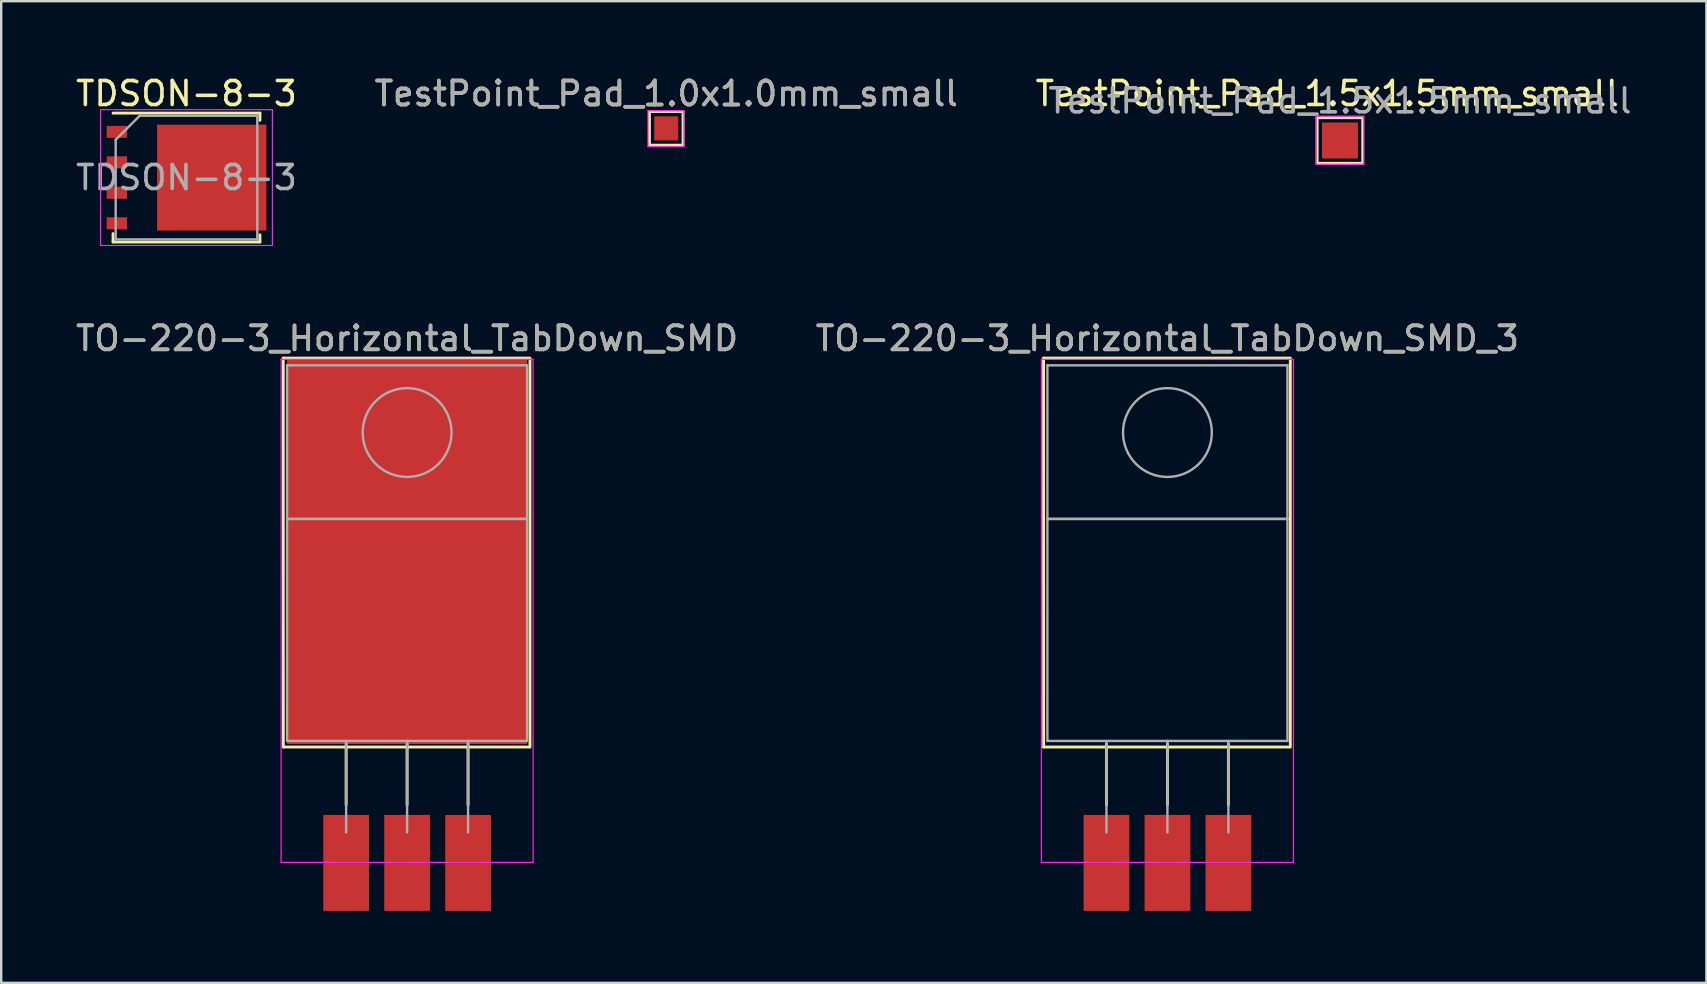
<source format=kicad_pcb>
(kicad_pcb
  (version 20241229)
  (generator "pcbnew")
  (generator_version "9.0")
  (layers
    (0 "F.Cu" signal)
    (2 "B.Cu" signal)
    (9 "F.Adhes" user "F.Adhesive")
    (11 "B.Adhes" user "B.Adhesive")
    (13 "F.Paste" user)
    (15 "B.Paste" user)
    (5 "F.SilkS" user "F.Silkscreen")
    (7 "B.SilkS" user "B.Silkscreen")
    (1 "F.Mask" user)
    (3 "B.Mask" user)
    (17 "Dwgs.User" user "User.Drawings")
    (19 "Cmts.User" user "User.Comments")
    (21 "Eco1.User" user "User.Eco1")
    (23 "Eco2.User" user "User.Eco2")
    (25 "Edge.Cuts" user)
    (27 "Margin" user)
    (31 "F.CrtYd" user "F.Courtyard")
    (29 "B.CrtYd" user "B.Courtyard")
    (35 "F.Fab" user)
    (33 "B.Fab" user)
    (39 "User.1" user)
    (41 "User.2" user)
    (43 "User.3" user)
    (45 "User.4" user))
  (footprint "TO-220-3_Horizontal_TabDown_SMD_3"
    (layer "F.Cu")
    (at 43.049 31.631)
    (property "Reference" "TO-220-3_Horizontal_TabDown_SMD_3" (at 2.54 -20.58 0) (layer "F.SilkS") (effects (font (size 1 1) (thickness 0.15))))
    (attr through_hole)
    (fp_line (start -2.62 -19.761) (end -2.616 -3.556) (stroke (width 0.12) (type solid)) (layer "F.SilkS"))
    (fp_line (start -2.62 -19.761) (end 7.62 -19.761) (stroke (width 0.12) (type solid)) (layer "F.SilkS"))
    (fp_line (start -2.616 -3.556) (end 7.624 -3.556) (stroke (width 0.12) (type solid)) (layer "F.SilkS"))
    (fp_line (start 0 -3.69) (end 0 -1.15) (stroke (width 0.12) (type solid)) (layer "F.SilkS"))
    (fp_line (start 2.54 -3.69) (end 2.54 -1.15) (stroke (width 0.12) (type solid)) (layer "F.SilkS"))
    (fp_line (start 5.08 -3.69) (end 5.08 -1.15) (stroke (width 0.12) (type solid)) (layer "F.SilkS"))
    (fp_line (start 7.66 -19.761) (end 7.66 -3.556) (stroke (width 0.12) (type solid)) (layer "F.SilkS"))
    (fp_line (start -2.71 -19.71) (end -2.71 1.25) (stroke (width 0.05) (type solid)) (layer "F.CrtYd"))
    (fp_line (start -2.71 1.25) (end 7.79 1.25) (stroke (width 0.05) (type solid)) (layer "F.CrtYd"))
    (fp_line (start 7.79 -19.71) (end -2.71 -19.71) (stroke (width 0.05) (type solid)) (layer "F.CrtYd"))
    (fp_line (start 7.79 1.25) (end 7.79 -19.71) (stroke (width 0.05) (type solid)) (layer "F.CrtYd"))
    (fp_line (start -2.46 -19.46) (end 7.54 -19.46) (stroke (width 0.1) (type solid)) (layer "F.Fab"))
    (fp_line (start -2.46 -13.06) (end -2.46 -19.46) (stroke (width 0.1) (type solid)) (layer "F.Fab"))
    (fp_line (start -2.46 -13.06) (end 7.54 -13.06) (stroke (width 0.1) (type solid)) (layer "F.Fab"))
    (fp_line (start -2.46 -3.81) (end -2.46 -13.06) (stroke (width 0.1) (type solid)) (layer "F.Fab"))
    (fp_line (start 0 -3.81) (end 0 0) (stroke (width 0.1) (type solid)) (layer "F.Fab"))
    (fp_line (start 2.54 -3.81) (end 2.54 0) (stroke (width 0.1) (type solid)) (layer "F.Fab"))
    (fp_line (start 5.08 -3.81) (end 5.08 0) (stroke (width 0.1) (type solid)) (layer "F.Fab"))
    (fp_line (start 7.54 -19.46) (end 7.54 -13.06) (stroke (width 0.1) (type solid)) (layer "F.Fab"))
    (fp_line (start 7.54 -13.06) (end -2.46 -13.06) (stroke (width 0.1) (type solid)) (layer "F.Fab"))
    (fp_line (start 7.54 -13.06) (end 7.54 -3.81) (stroke (width 0.1) (type solid)) (layer "F.Fab"))
    (fp_line (start 7.54 -3.81) (end -2.46 -3.81) (stroke (width 0.1) (type solid)) (layer "F.Fab"))
    (fp_circle (center 2.54 -16.66) (end 4.39 -16.66) (stroke (width 0.1) (type solid)) (fill no) (layer "F.Fab"))
    (fp_text user "${REFERENCE}" (at 2.54 -20.58 0) (layer "F.Fab") (effects (font (size 1 1) (thickness 0.15))))
    (pad "1" smd rect (at 0 1.27) (size 1.905 4) (layers "F.Cu" "F.Mask" "F.Paste"))
    (pad "2" smd rect (at 2.54 1.27) (size 1.905 4) (layers "F.Cu" "F.Mask" "F.Paste"))
    (pad "3" smd rect (at 5.08 1.27) (size 1.905 4) (layers "F.Cu" "F.Mask" "F.Paste")))
  (footprint "TDSON-8-3"
    (layer "F.Cu")
    (at 4.72 4.348)
    (property "Reference" "TDSON-8-3" (at 0 -3.5 0) (layer "F.SilkS") (effects (font (size 1 1) (thickness 0.15))))
    (attr smd)
    (fp_line (start -3.06 2.335) (end -3.06 2.685) (stroke (width 0.12) (type solid)) (layer "F.SilkS"))
    (fp_line (start 3.06 -2.685) (end -3.06 -2.685) (stroke (width 0.12) (type solid)) (layer "F.SilkS"))
    (fp_line (start 3.06 -2.385) (end 3.06 -2.685) (stroke (width 0.12) (type solid)) (layer "F.SilkS"))
    (fp_line (start 3.06 2.385) (end 3.06 2.685) (stroke (width 0.12) (type solid)) (layer "F.SilkS"))
    (fp_line (start 3.06 2.685) (end -3.06 2.685) (stroke (width 0.12) (type solid)) (layer "F.SilkS"))
    (fp_line (start -3.58 -2.83) (end -3.58 2.83) (stroke (width 0.05) (type solid)) (layer "F.CrtYd"))
    (fp_line (start -3.58 2.83) (end 3.58 2.83) (stroke (width 0.05) (type solid)) (layer "F.CrtYd"))
    (fp_line (start 3.58 -2.83) (end -3.58 -2.83) (stroke (width 0.05) (type solid)) (layer "F.CrtYd"))
    (fp_line (start 3.58 2.83) (end 3.58 -2.83) (stroke (width 0.05) (type solid)) (layer "F.CrtYd"))
    (fp_line (start -2.95 2.575) (end -2.95 -1.575) (stroke (width 0.1) (type solid)) (layer "F.Fab"))
    (fp_line (start -1.95 -2.575) (end -2.95 -1.575) (stroke (width 0.1) (type solid)) (layer "F.Fab"))
    (fp_line (start -1.95 -2.575) (end 2.95 -2.575) (stroke (width 0.1) (type solid)) (layer "F.Fab"))
    (fp_line (start 2.95 -2.575) (end 2.95 2.575) (stroke (width 0.1) (type solid)) (layer "F.Fab"))
    (fp_line (start 2.95 2.575) (end -2.95 2.575) (stroke (width 0.1) (type solid)) (layer "F.Fab"))
    (fp_text user "${REFERENCE}" (at 0 0 0) (layer "F.Fab") (effects (font (size 1 1) (thickness 0.15))))
    (pad "" smd rect (at -0.2 -0.85) (size 1.5 1.5) (layers "F.Paste"))
    (pad "" smd rect (at -0.2 0.85) (size 1.5 1.5) (layers "F.Paste"))
    (pad "" smd custom (at 0.65 0) (size 3.75 4.41) (layers "F.Mask") (options (anchor rect)) (primitives (gr_poly (pts (xy 2.675 -1.605) (xy 1.875 -1.605) (xy 1.875 -2.205) (xy 2.675 -2.205)) (width 0) (fill yes)) (gr_poly (pts (xy 2.675 -0.335) (xy 1.875 -0.335) (xy 1.875 -0.935) (xy 2.675 -0.935)) (width 0) (fill yes)) (gr_poly (pts (xy 2.675 0.935) (xy 1.875 0.935) (xy 1.875 0.335) (xy 2.675 0.335)) (width 0) (fill yes)) (gr_poly (pts (xy 2.675 2.205) (xy 1.875 2.205) (xy 1.875 1.605) (xy 2.675 1.605)) (width 0) (fill yes))))
    (pad "" smd rect (at 1.5 -0.85) (size 1.5 1.5) (layers "F.Paste"))
    (pad "" smd rect (at 1.5 0.85) (size 1.5 1.5) (layers "F.Paste"))
    (pad "" smd rect (at 2.905 -1.905) (size 0.75 0.5) (layers "F.Paste"))
    (pad "" smd rect (at 2.905 -0.635) (size 0.75 0.5) (layers "F.Paste"))
    (pad "" smd rect (at 2.905 0.635) (size 0.75 0.5) (layers "F.Paste"))
    (pad "" smd rect (at 2.905 1.905) (size 0.75 0.5) (layers "F.Paste"))
    (pad "1" smd rect (at -2.9 1.905) (size 0.85 0.5) (layers "F.Cu" "F.Mask" "F.Paste"))
    (pad "2" smd rect (at 1.05 0) (size 4.55 4.41) (layers "F.Cu"))
    (pad "3" smd rect (at -2.9 -1.905) (size 0.85 0.5) (layers "F.Cu" "F.Mask" "F.Paste"))
    (pad "3" smd rect (at -2.9 -0.635) (size 0.85 0.5) (layers "F.Cu" "F.Mask" "F.Paste"))
    (pad "3" smd rect (at -2.9 0.635) (size 0.85 0.5) (layers "F.Cu" "F.Mask" "F.Paste")))
  (footprint "TestPoint_Pad_1.5x1.5mm_small"
    (layer "F.Cu")
    (at 52.777 2.804)
    (property "Reference" "TestPoint_Pad_1.5x1.5mm_small" (at -0.533 -1.956 0) (layer "F.SilkS") (effects (font (size 1 1) (thickness 0.15))))
    (attr exclude_from_pos_files exclude_from_bom)
    (fp_line (start -0.95 -0.95) (end 0.95 -0.95) (stroke (width 0.12) (type solid)) (layer "F.SilkS"))
    (fp_line (start -0.95 0.95) (end -0.95 -0.95) (stroke (width 0.12) (type solid)) (layer "F.SilkS"))
    (fp_line (start 0.95 -0.95) (end 0.95 0.95) (stroke (width 0.12) (type solid)) (layer "F.SilkS"))
    (fp_line (start 0.95 0.95) (end -0.95 0.95) (stroke (width 0.12) (type solid)) (layer "F.SilkS"))
    (fp_line (start -0.991 -1.016) (end -0.991 0.991) (stroke (width 0.05) (type solid)) (layer "F.CrtYd"))
    (fp_line (start -0.991 -1.016) (end 0.991 -1.016) (stroke (width 0.05) (type solid)) (layer "F.CrtYd"))
    (fp_line (start 0.991 0.991) (end -0.991 0.991) (stroke (width 0.05) (type solid)) (layer "F.CrtYd"))
    (fp_line (start 0.991 0.991) (end 0.991 -1.016) (stroke (width 0.05) (type solid)) (layer "F.CrtYd"))
    (fp_text user "${REFERENCE}" (at 0 -1.65 0) (layer "F.Fab") (effects (font (size 1 1) (thickness 0.15))))
    (pad "1" smd rect (at 0 0) (size 1.5 1.5) (layers "F.Cu" "F.Mask")))
  (footprint "TestPoint_Pad_1.0x1.0mm_small"
    (layer "F.Cu")
    (at 24.708 2.298)
    (property "Reference" "TestPoint_Pad_1.0x1.0mm_small" (at 0 -1.448 0) (layer "F.SilkS") (effects (font (size 1 1) (thickness 0.15))))
    (attr exclude_from_pos_files exclude_from_bom)
    (fp_line (start -0.7 -0.7) (end 0.7 -0.7) (stroke (width 0.12) (type solid)) (layer "F.SilkS"))
    (fp_line (start -0.7 0.7) (end -0.7 -0.7) (stroke (width 0.12) (type solid)) (layer "F.SilkS"))
    (fp_line (start 0.7 -0.7) (end 0.7 0.7) (stroke (width 0.12) (type solid)) (layer "F.SilkS"))
    (fp_line (start 0.7 0.7) (end -0.7 0.7) (stroke (width 0.12) (type solid)) (layer "F.SilkS"))
    (fp_line (start -0.762 -0.737) (end -0.762 0.762) (stroke (width 0.05) (type solid)) (layer "F.CrtYd"))
    (fp_line (start -0.762 -0.737) (end 0.737 -0.737) (stroke (width 0.05) (type solid)) (layer "F.CrtYd"))
    (fp_line (start 0.737 0.762) (end -0.762 0.762) (stroke (width 0.05) (type solid)) (layer "F.CrtYd"))
    (fp_line (start 0.737 0.762) (end 0.737 -0.737) (stroke (width 0.05) (type solid)) (layer "F.CrtYd"))
    (fp_text user "${REFERENCE}" (at 0 -1.45 0) (layer "F.Fab") (effects (font (size 1 1) (thickness 0.15))))
    (pad "1" smd rect (at 0 0) (size 1 1) (layers "F.Cu" "F.Mask")))
  (footprint "TO-220-3_Horizontal_TabDown_SMD"
    (layer "F.Cu")
    (at 11.371 31.631)
    (property "Reference" "TO-220-3_Horizontal_TabDown_SMD" (at 2.54 -20.58 0) (layer "F.SilkS") (effects (font (size 1 1) (thickness 0.15))))
    (attr through_hole)
    (fp_line (start -2.62 -19.761) (end -2.616 -3.556) (stroke (width 0.12) (type solid)) (layer "F.SilkS"))
    (fp_line (start -2.62 -19.761) (end 7.62 -19.761) (stroke (width 0.12) (type solid)) (layer "F.SilkS"))
    (fp_line (start -2.616 -3.556) (end 7.624 -3.556) (stroke (width 0.12) (type solid)) (layer "F.SilkS"))
    (fp_line (start 0 -3.69) (end 0 -1.15) (stroke (width 0.12) (type solid)) (layer "F.SilkS"))
    (fp_line (start 2.54 -3.69) (end 2.54 -1.15) (stroke (width 0.12) (type solid)) (layer "F.SilkS"))
    (fp_line (start 5.08 -3.69) (end 5.08 -1.15) (stroke (width 0.12) (type solid)) (layer "F.SilkS"))
    (fp_line (start 7.66 -19.761) (end 7.66 -3.556) (stroke (width 0.12) (type solid)) (layer "F.SilkS"))
    (fp_line (start -2.71 -19.71) (end -2.71 1.25) (stroke (width 0.05) (type solid)) (layer "F.CrtYd"))
    (fp_line (start -2.71 1.25) (end 7.79 1.25) (stroke (width 0.05) (type solid)) (layer "F.CrtYd"))
    (fp_line (start 7.79 -19.71) (end -2.71 -19.71) (stroke (width 0.05) (type solid)) (layer "F.CrtYd"))
    (fp_line (start 7.79 1.25) (end 7.79 -19.71) (stroke (width 0.05) (type solid)) (layer "F.CrtYd"))
    (fp_line (start -2.46 -19.46) (end 7.54 -19.46) (stroke (width 0.1) (type solid)) (layer "F.Fab"))
    (fp_line (start -2.46 -13.06) (end -2.46 -19.46) (stroke (width 0.1) (type solid)) (layer "F.Fab"))
    (fp_line (start -2.46 -13.06) (end 7.54 -13.06) (stroke (width 0.1) (type solid)) (layer "F.Fab"))
    (fp_line (start -2.46 -3.81) (end -2.46 -13.06) (stroke (width 0.1) (type solid)) (layer "F.Fab"))
    (fp_line (start 0 -3.81) (end 0 0) (stroke (width 0.1) (type solid)) (layer "F.Fab"))
    (fp_line (start 2.54 -3.81) (end 2.54 0) (stroke (width 0.1) (type solid)) (layer "F.Fab"))
    (fp_line (start 5.08 -3.81) (end 5.08 0) (stroke (width 0.1) (type solid)) (layer "F.Fab"))
    (fp_line (start 7.54 -19.46) (end 7.54 -13.06) (stroke (width 0.1) (type solid)) (layer "F.Fab"))
    (fp_line (start 7.54 -13.06) (end -2.46 -13.06) (stroke (width 0.1) (type solid)) (layer "F.Fab"))
    (fp_line (start 7.54 -13.06) (end 7.54 -3.81) (stroke (width 0.1) (type solid)) (layer "F.Fab"))
    (fp_line (start 7.54 -3.81) (end -2.46 -3.81) (stroke (width 0.1) (type solid)) (layer "F.Fab"))
    (fp_circle (center 2.54 -16.66) (end 4.39 -16.66) (stroke (width 0.1) (type solid)) (fill no) (layer "F.Fab"))
    (fp_text user "${REFERENCE}" (at 2.54 -20.58 0) (layer "F.Fab") (effects (font (size 1 1) (thickness 0.15))))
    (pad "1" smd rect (at 0 1.27) (size 1.905 4) (layers "F.Cu" "F.Mask" "F.Paste"))
    (pad "2" smd rect (at 2.54 -11.684) (size 10 16) (layers "F.Cu" "F.Mask" "F.Paste"))
    (pad "2" smd rect (at 2.54 1.27) (size 1.905 4) (layers "F.Cu" "F.Mask" "F.Paste"))
    (pad "3" smd rect (at 5.08 1.27) (size 1.905 4) (layers "F.Cu" "F.Mask" "F.Paste")))
  (gr_rect
    (start -3 -3)
    (end 68.045 37.901)
    (stroke (width 0.1) (type default))
    (fill no)
    (layer "Edge.Cuts")))
</source>
